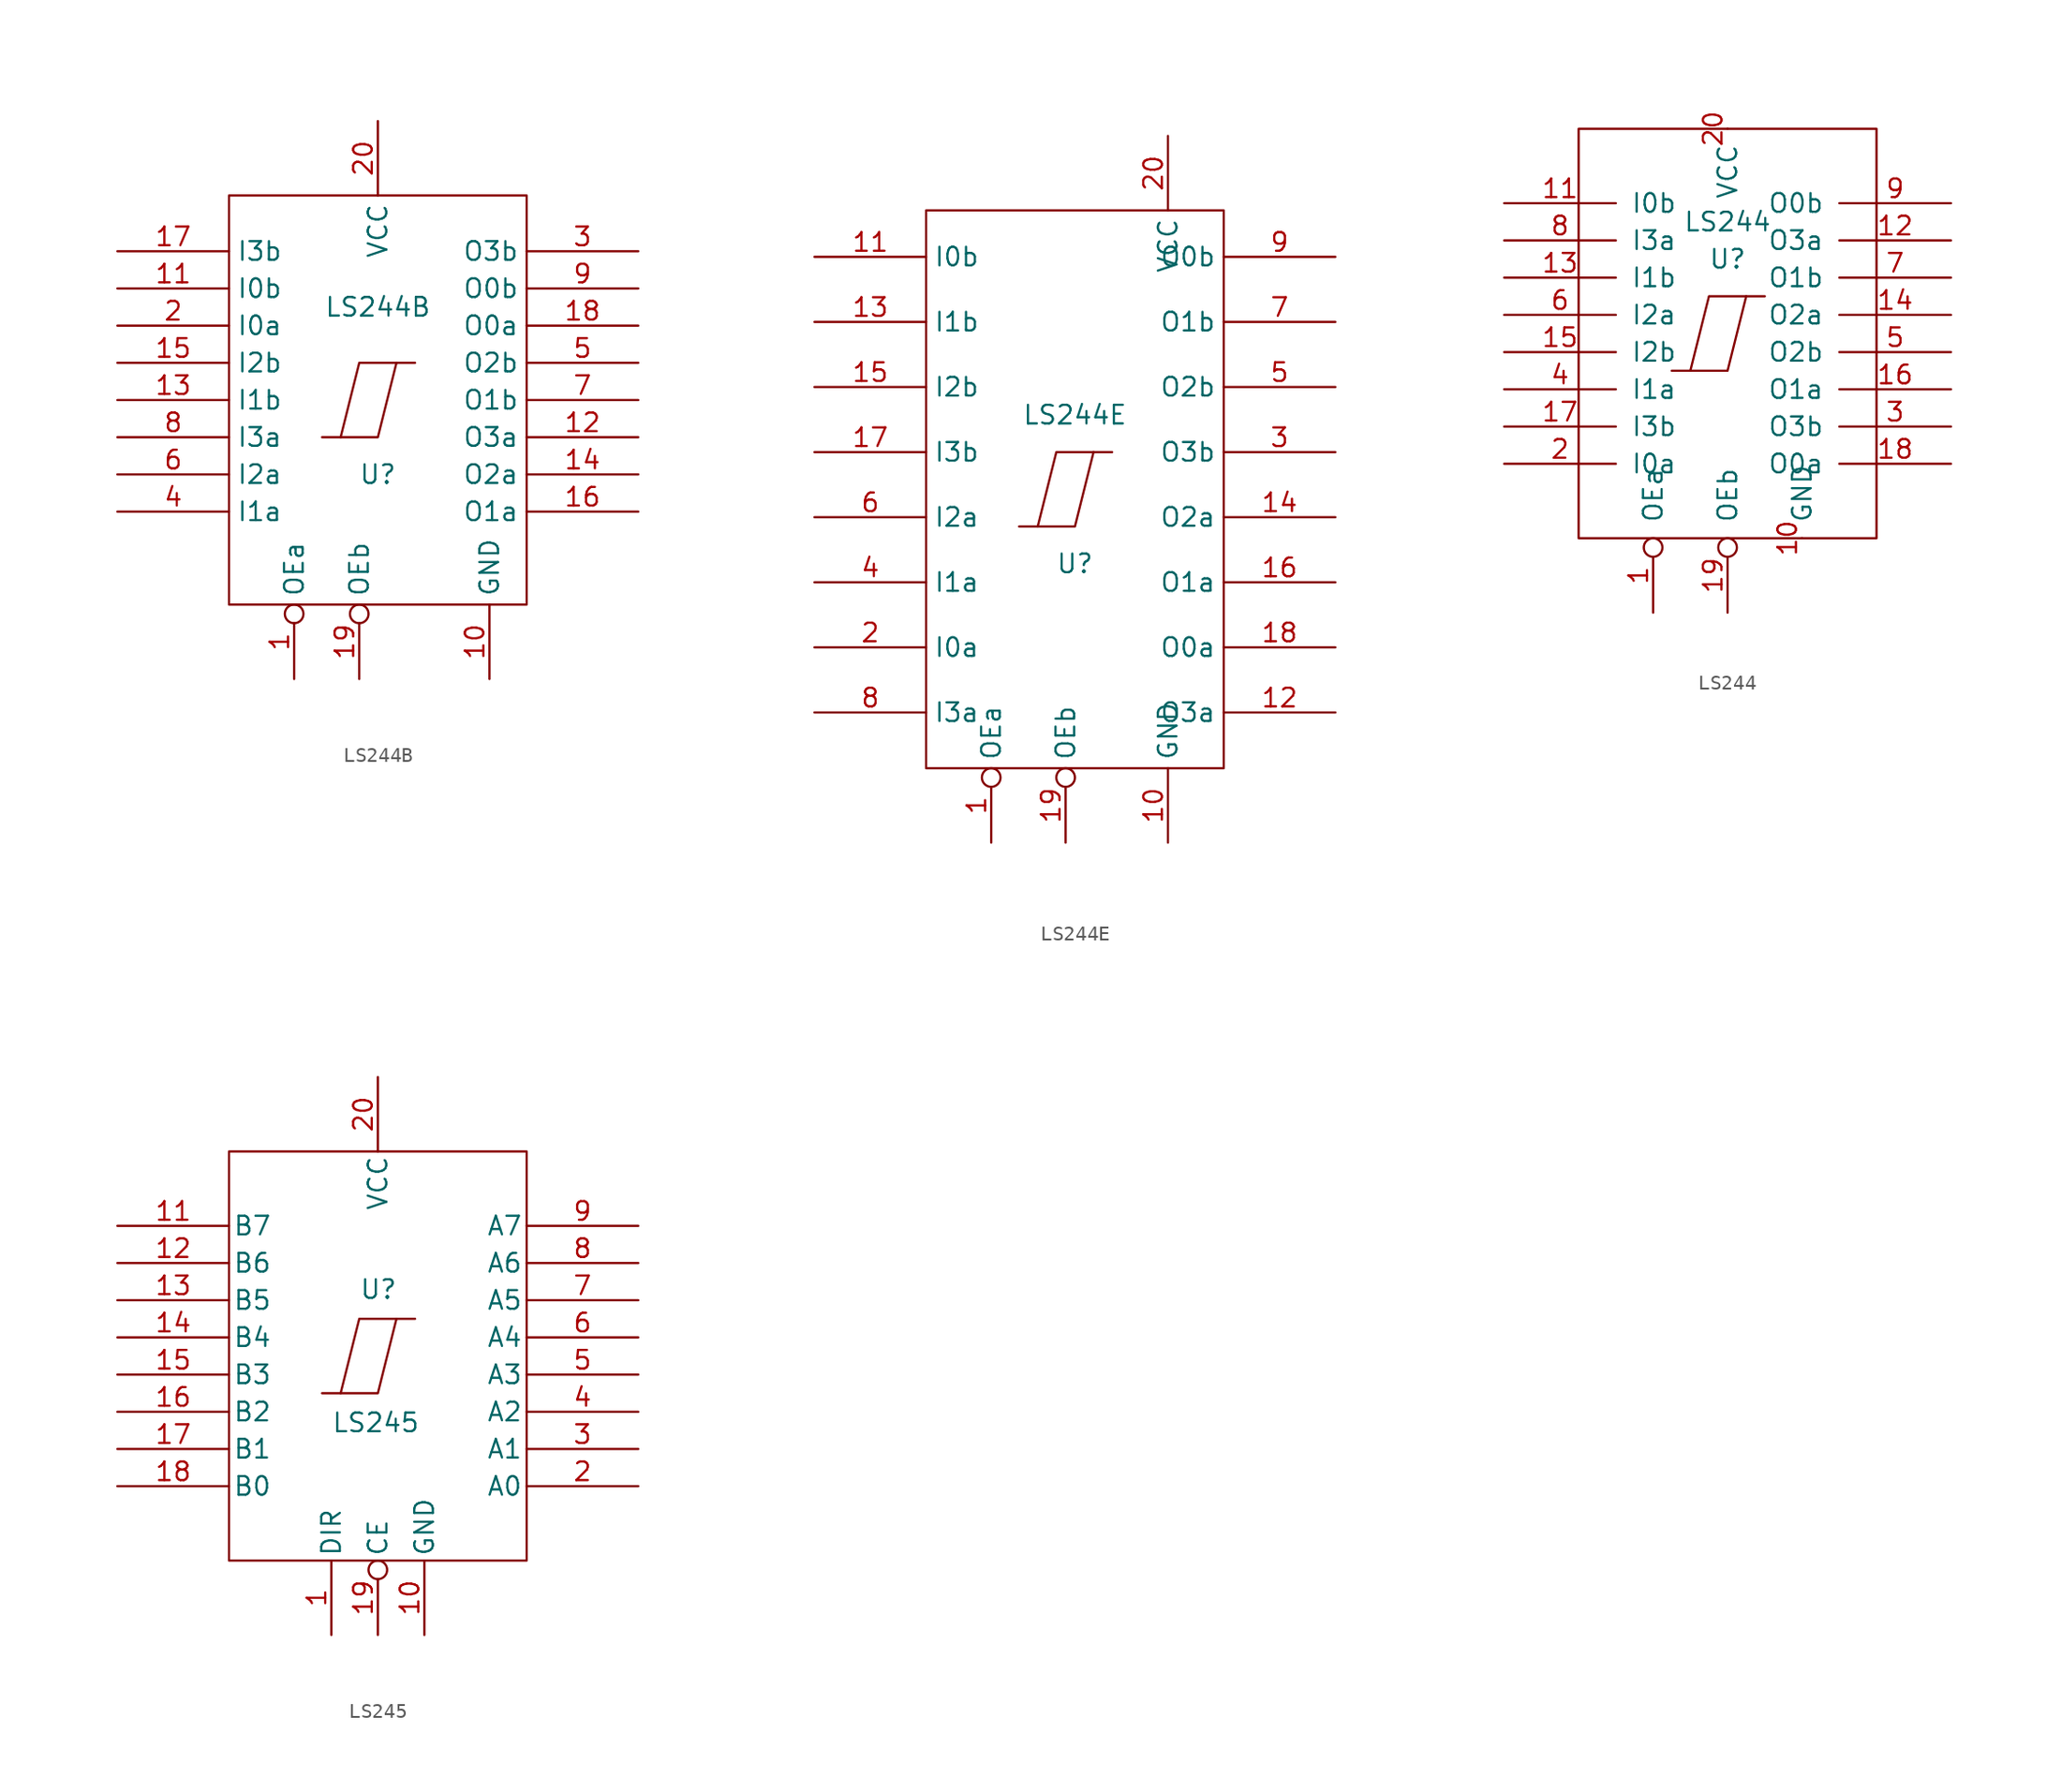
<source format=kicad_sym>
(kicad_symbol_lib
  (version 20211014)
  (generator kicad_symbol_editor)
  (symbol "LS244B"
    (property "Reference" "U"
      (at 0 -5.08 0)
      (effects (font (size 1.27 1.27))))
    (property "Value" "LS244B"
      (at 0 6.35 0)
      (effects (font (size 1.27 1.27))))
    (symbol "LS244B_1_1"
      (rectangle (start -10.16 13.97) (end 10.16 -13.97) (stroke (width 0) (type default) (color 0 0 0 0)) (fill (type none)))
      (polyline (pts (xy 1.27 2.54) (xy 0 -2.54) (xy -2.54 -2.54)) (stroke (width 0) (type default) (color 0 0 0 0)) (fill (type none)))
      (polyline (pts (xy 2.54 2.54) (xy -1.27 2.54) (xy -2.54 -2.54) (xy -3.81 -2.54)) (stroke (width 0) (type default) (color 0 0 0 0)) (fill (type none)))
      (pin input inverted (at -5.715 -19.05 90) (length 5.08) (name "OEa" (effects (font (size 1.27 1.27)))) (number "1" (effects (font (size 1.27 1.27)))))
      (pin power_in line (at 7.62 -19.05 90) (length 5.08) (name "GND" (effects (font (size 1.27 1.27)))) (number "10" (effects (font (size 1.27 1.27)))))
      (pin input line (at -17.78 7.62 0) (length 7.62) (name "I0b" (effects (font (size 1.27 1.27)))) (number "11" (effects (font (size 1.27 1.27)))))
      (pin tri_state line (at 17.78 -2.54 180) (length 7.62) (name "O3a" (effects (font (size 1.27 1.27)))) (number "12" (effects (font (size 1.27 1.27)))))
      (pin input line (at -17.78 0 0) (length 7.62) (name "I1b" (effects (font (size 1.27 1.27)))) (number "13" (effects (font (size 1.27 1.27)))))
      (pin tri_state line (at 17.78 -5.08 180) (length 7.62) (name "O2a" (effects (font (size 1.27 1.27)))) (number "14" (effects (font (size 1.27 1.27)))))
      (pin input line (at -17.78 2.54 0) (length 7.62) (name "I2b" (effects (font (size 1.27 1.27)))) (number "15" (effects (font (size 1.27 1.27)))))
      (pin tri_state line (at 17.78 -7.62 180) (length 7.62) (name "O1a" (effects (font (size 1.27 1.27)))) (number "16" (effects (font (size 1.27 1.27)))))
      (pin input line (at -17.78 10.16 0) (length 7.62) (name "I3b" (effects (font (size 1.27 1.27)))) (number "17" (effects (font (size 1.27 1.27)))))
      (pin tri_state line (at 17.78 5.08 180) (length 7.62) (name "O0a" (effects (font (size 1.27 1.27)))) (number "18" (effects (font (size 1.27 1.27)))))
      (pin input inverted (at -1.27 -19.05 90) (length 5.08) (name "OEb" (effects (font (size 1.27 1.27)))) (number "19" (effects (font (size 1.27 1.27)))))
      (pin input line (at -17.78 5.08 0) (length 7.62) (name "I0a" (effects (font (size 1.27 1.27)))) (number "2" (effects (font (size 1.27 1.27)))))
      (pin power_in line (at 0 19.05 270) (length 5.08) (name "VCC" (effects (font (size 1.27 1.27)))) (number "20" (effects (font (size 1.27 1.27)))))
      (pin tri_state line (at 17.78 10.16 180) (length 7.62) (name "O3b" (effects (font (size 1.27 1.27)))) (number "3" (effects (font (size 1.27 1.27)))))
      (pin input line (at -17.78 -7.62 0) (length 7.62) (name "I1a" (effects (font (size 1.27 1.27)))) (number "4" (effects (font (size 1.27 1.27)))))
      (pin tri_state line (at 17.78 2.54 180) (length 7.62) (name "O2b" (effects (font (size 1.27 1.27)))) (number "5" (effects (font (size 1.27 1.27)))))
      (pin input line (at -17.78 -5.08 0) (length 7.62) (name "I2a" (effects (font (size 1.27 1.27)))) (number "6" (effects (font (size 1.27 1.27)))))
      (pin tri_state line (at 17.78 0 180) (length 7.62) (name "O1b" (effects (font (size 1.27 1.27)))) (number "7" (effects (font (size 1.27 1.27)))))
      (pin input line (at -17.78 -2.54 0) (length 7.62) (name "I3a" (effects (font (size 1.27 1.27)))) (number "8" (effects (font (size 1.27 1.27)))))
      (pin tri_state line (at 17.78 7.62 180) (length 7.62) (name "O0b" (effects (font (size 1.27 1.27)))) (number "9" (effects (font (size 1.27 1.27)))))))
  (symbol "LS244E"
    (property "Reference" "U"
      (at 0 -5.08 0)
      (effects (font (size 1.27 1.27))))
    (property "Value" "LS244E"
      (at 0 5.08 0)
      (effects (font (size 1.27 1.27))))
    (symbol "LS244E_1_1"
      (rectangle (start -10.16 19.05) (end 10.16 -19.05) (stroke (width 0) (type default) (color 0 0 0 0)) (fill (type none)))
      (polyline (pts (xy 1.27 2.54) (xy 0 -2.54) (xy -2.54 -2.54)) (stroke (width 0) (type default) (color 0 0 0 0)) (fill (type none)))
      (polyline (pts (xy 2.54 2.54) (xy -1.27 2.54) (xy -2.54 -2.54) (xy -3.81 -2.54)) (stroke (width 0) (type default) (color 0 0 0 0)) (fill (type none)))
      (pin input inverted (at -5.715 -24.13 90) (length 5.08) (name "OEa" (effects (font (size 1.27 1.27)))) (number "1" (effects (font (size 1.27 1.27)))))
      (pin power_in line (at 6.35 -24.13 90) (length 5.08) (name "GND" (effects (font (size 1.27 1.27)))) (number "10" (effects (font (size 1.27 1.27)))))
      (pin input line (at -17.78 15.875 0) (length 7.62) (name "I0b" (effects (font (size 1.27 1.27)))) (number "11" (effects (font (size 1.27 1.27)))))
      (pin tri_state line (at 17.78 -15.24 180) (length 7.62) (name "O3a" (effects (font (size 1.27 1.27)))) (number "12" (effects (font (size 1.27 1.27)))))
      (pin input line (at -17.78 11.43 0) (length 7.62) (name "I1b" (effects (font (size 1.27 1.27)))) (number "13" (effects (font (size 1.27 1.27)))))
      (pin tri_state line (at 17.78 -1.905 180) (length 7.62) (name "O2a" (effects (font (size 1.27 1.27)))) (number "14" (effects (font (size 1.27 1.27)))))
      (pin input line (at -17.78 6.985 0) (length 7.62) (name "I2b" (effects (font (size 1.27 1.27)))) (number "15" (effects (font (size 1.27 1.27)))))
      (pin tri_state line (at 17.78 -6.35 180) (length 7.62) (name "O1a" (effects (font (size 1.27 1.27)))) (number "16" (effects (font (size 1.27 1.27)))))
      (pin input line (at -17.78 2.54 0) (length 7.62) (name "I3b" (effects (font (size 1.27 1.27)))) (number "17" (effects (font (size 1.27 1.27)))))
      (pin tri_state line (at 17.78 -10.795 180) (length 7.62) (name "O0a" (effects (font (size 1.27 1.27)))) (number "18" (effects (font (size 1.27 1.27)))))
      (pin input inverted (at -0.635 -24.13 90) (length 5.08) (name "OEb" (effects (font (size 1.27 1.27)))) (number "19" (effects (font (size 1.27 1.27)))))
      (pin input line (at -17.78 -10.795 0) (length 7.62) (name "I0a" (effects (font (size 1.27 1.27)))) (number "2" (effects (font (size 1.27 1.27)))))
      (pin power_in line (at 6.35 24.13 270) (length 5.08) (name "VCC" (effects (font (size 1.27 1.27)))) (number "20" (effects (font (size 1.27 1.27)))))
      (pin tri_state line (at 17.78 2.54 180) (length 7.62) (name "O3b" (effects (font (size 1.27 1.27)))) (number "3" (effects (font (size 1.27 1.27)))))
      (pin input line (at -17.78 -6.35 0) (length 7.62) (name "I1a" (effects (font (size 1.27 1.27)))) (number "4" (effects (font (size 1.27 1.27)))))
      (pin tri_state line (at 17.78 6.985 180) (length 7.62) (name "O2b" (effects (font (size 1.27 1.27)))) (number "5" (effects (font (size 1.27 1.27)))))
      (pin input line (at -17.78 -1.905 0) (length 7.62) (name "I2a" (effects (font (size 1.27 1.27)))) (number "6" (effects (font (size 1.27 1.27)))))
      (pin tri_state line (at 17.78 11.43 180) (length 7.62) (name "O1b" (effects (font (size 1.27 1.27)))) (number "7" (effects (font (size 1.27 1.27)))))
      (pin input line (at -17.78 -15.24 0) (length 7.62) (name "I3a" (effects (font (size 1.27 1.27)))) (number "8" (effects (font (size 1.27 1.27)))))
      (pin tri_state line (at 17.78 15.875 180) (length 7.62) (name "O0b" (effects (font (size 1.27 1.27)))) (number "9" (effects (font (size 1.27 1.27)))))))
  (symbol "LS244"
    (pin_names
      (offset 1.016))
    (property "Reference" "U"
      (at 0 5.08 0)
      (effects (font (size 1.27 1.27))))
    (property "Value" "LS244"
      (at 0 7.62 0)
      (effects (font (size 1.27 1.27))))
    (symbol "LS244_1_1"
      (rectangle (start -10.16 13.97) (end 10.16 -13.97) (stroke (width 0) (type default) (color 0 0 0 0)) (fill (type none)))
      (polyline (pts (xy 1.27 2.54) (xy 0 -2.54) (xy -2.54 -2.54)) (stroke (width 0) (type default) (color 0 0 0 0)) (fill (type none)))
      (polyline (pts (xy 2.54 2.54) (xy -1.27 2.54) (xy -2.54 -2.54) (xy -3.81 -2.54)) (stroke (width 0) (type default) (color 0 0 0 0)) (fill (type none)))
      (pin input inverted (at -5.08 -19.05 90) (length 5.08) (name "OEa" (effects (font (size 1.27 1.27)))) (number "1" (effects (font (size 1.27 1.27)))))
      (pin power_in line (at 5.08 -13.97 90) (length 0) (name "GND" (effects (font (size 1.27 1.27)))) (number "10" (effects (font (size 1.27 1.27)))))
      (pin input line (at -15.24 8.89 0) (length 7.62) (name "I0b" (effects (font (size 1.27 1.27)))) (number "11" (effects (font (size 1.27 1.27)))))
      (pin tri_state line (at 15.24 6.35 180) (length 7.62) (name "O3a" (effects (font (size 1.27 1.27)))) (number "12" (effects (font (size 1.27 1.27)))))
      (pin input line (at -15.24 3.81 0) (length 7.62) (name "I1b" (effects (font (size 1.27 1.27)))) (number "13" (effects (font (size 1.27 1.27)))))
      (pin tri_state line (at 15.24 1.27 180) (length 7.62) (name "O2a" (effects (font (size 1.27 1.27)))) (number "14" (effects (font (size 1.27 1.27)))))
      (pin input line (at -15.24 -1.27 0) (length 7.62) (name "I2b" (effects (font (size 1.27 1.27)))) (number "15" (effects (font (size 1.27 1.27)))))
      (pin tri_state line (at 15.24 -3.81 180) (length 7.62) (name "O1a" (effects (font (size 1.27 1.27)))) (number "16" (effects (font (size 1.27 1.27)))))
      (pin input line (at -15.24 -6.35 0) (length 7.62) (name "I3b" (effects (font (size 1.27 1.27)))) (number "17" (effects (font (size 1.27 1.27)))))
      (pin tri_state line (at 15.24 -8.89 180) (length 7.62) (name "O0a" (effects (font (size 1.27 1.27)))) (number "18" (effects (font (size 1.27 1.27)))))
      (pin input inverted (at 0 -19.05 90) (length 5.08) (name "OEb" (effects (font (size 1.27 1.27)))) (number "19" (effects (font (size 1.27 1.27)))))
      (pin input line (at -15.24 -8.89 0) (length 7.62) (name "I0a" (effects (font (size 1.27 1.27)))) (number "2" (effects (font (size 1.27 1.27)))))
      (pin power_in line (at 0 13.97 270) (length 0) (name "VCC" (effects (font (size 1.27 1.27)))) (number "20" (effects (font (size 1.27 1.27)))))
      (pin tri_state line (at 15.24 -6.35 180) (length 7.62) (name "O3b" (effects (font (size 1.27 1.27)))) (number "3" (effects (font (size 1.27 1.27)))))
      (pin input line (at -15.24 -3.81 0) (length 7.62) (name "I1a" (effects (font (size 1.27 1.27)))) (number "4" (effects (font (size 1.27 1.27)))))
      (pin tri_state line (at 15.24 -1.27 180) (length 7.62) (name "O2b" (effects (font (size 1.27 1.27)))) (number "5" (effects (font (size 1.27 1.27)))))
      (pin input line (at -15.24 1.27 0) (length 7.62) (name "I2a" (effects (font (size 1.27 1.27)))) (number "6" (effects (font (size 1.27 1.27)))))
      (pin tri_state line (at 15.24 3.81 180) (length 7.62) (name "O1b" (effects (font (size 1.27 1.27)))) (number "7" (effects (font (size 1.27 1.27)))))
      (pin input line (at -15.24 6.35 0) (length 7.62) (name "I3a" (effects (font (size 1.27 1.27)))) (number "8" (effects (font (size 1.27 1.27)))))
      (pin tri_state line (at 15.24 8.89 180) (length 7.62) (name "O0b" (effects (font (size 1.27 1.27)))) (number "9" (effects (font (size 1.27 1.27)))))))
  (symbol "LS245"
    (pin_names
      (offset 0.254))
    (property "Reference" "U"
      (at -1.27 3.81 0)
      (effects (font (size 1.27 1.27)) (justify left bottom)))
    (property "Value" "LS245"
      (at -3.175 -3.81 0)
      (effects (font (size 1.27 1.27)) (justify left top)))
    (symbol "LS245_0_0"
      (pin power_in line (at 3.175 -19.05 90) (length 5.08) (name "GND" (effects (font (size 1.27 1.27)))) (number "10" (effects (font (size 1.27 1.27)))))
      (pin power_in line (at 0 19.05 270) (length 5.08) (name "VCC" (effects (font (size 1.27 1.27)))) (number "20" (effects (font (size 1.27 1.27))))))
    (symbol "LS245_0_1"
      (rectangle (start -10.16 13.97) (end 10.16 -13.97) (stroke (width 0) (type default) (color 0 0 0 0)) (fill (type none)))
      (polyline (pts (xy 1.27 2.54) (xy 0 -2.54) (xy -2.54 -2.54)) (stroke (width 0) (type default) (color 0 0 0 0)) (fill (type none)))
      (polyline (pts (xy 2.54 2.54) (xy -1.27 2.54) (xy -2.54 -2.54) (xy -3.81 -2.54)) (stroke (width 0) (type default) (color 0 0 0 0)) (fill (type none))))
    (symbol "LS245_1_1"
      (pin input line (at -3.175 -19.05 90) (length 5.08) (name "DIR" (effects (font (size 1.27 1.27)))) (number "1" (effects (font (size 1.27 1.27)))))
      (pin input line (at -17.78 8.89 0) (length 7.62) (name "B7" (effects (font (size 1.27 1.27)))) (number "11" (effects (font (size 1.27 1.27)))))
      (pin input line (at -17.78 6.35 0) (length 7.62) (name "B6" (effects (font (size 1.27 1.27)))) (number "12" (effects (font (size 1.27 1.27)))))
      (pin input line (at -17.78 3.81 0) (length 7.62) (name "B5" (effects (font (size 1.27 1.27)))) (number "13" (effects (font (size 1.27 1.27)))))
      (pin input line (at -17.78 1.27 0) (length 7.62) (name "B4" (effects (font (size 1.27 1.27)))) (number "14" (effects (font (size 1.27 1.27)))))
      (pin input line (at -17.78 -1.27 0) (length 7.62) (name "B3" (effects (font (size 1.27 1.27)))) (number "15" (effects (font (size 1.27 1.27)))))
      (pin input line (at -17.78 -3.81 0) (length 7.62) (name "B2" (effects (font (size 1.27 1.27)))) (number "16" (effects (font (size 1.27 1.27)))))
      (pin input line (at -17.78 -6.35 0) (length 7.62) (name "B1" (effects (font (size 1.27 1.27)))) (number "17" (effects (font (size 1.27 1.27)))))
      (pin input line (at -17.78 -8.89 0) (length 7.62) (name "B0" (effects (font (size 1.27 1.27)))) (number "18" (effects (font (size 1.27 1.27)))))
      (pin input inverted (at 0 -19.05 90) (length 5.08) (name "CE" (effects (font (size 1.27 1.27)))) (number "19" (effects (font (size 1.27 1.27)))))
      (pin bidirectional line (at 17.78 -8.89 180) (length 7.62) (name "A0" (effects (font (size 1.27 1.27)))) (number "2" (effects (font (size 1.27 1.27)))))
      (pin bidirectional line (at 17.78 -6.35 180) (length 7.62) (name "A1" (effects (font (size 1.27 1.27)))) (number "3" (effects (font (size 1.27 1.27)))))
      (pin bidirectional line (at 17.78 -3.81 180) (length 7.62) (name "A2" (effects (font (size 1.27 1.27)))) (number "4" (effects (font (size 1.27 1.27)))))
      (pin bidirectional line (at 17.78 -1.27 180) (length 7.62) (name "A3" (effects (font (size 1.27 1.27)))) (number "5" (effects (font (size 1.27 1.27)))))
      (pin bidirectional line (at 17.78 1.27 180) (length 7.62) (name "A4" (effects (font (size 1.27 1.27)))) (number "6" (effects (font (size 1.27 1.27)))))
      (pin bidirectional line (at 17.78 3.81 180) (length 7.62) (name "A5" (effects (font (size 1.27 1.27)))) (number "7" (effects (font (size 1.27 1.27)))))
      (pin bidirectional line (at 17.78 6.35 180) (length 7.62) (name "A6" (effects (font (size 1.27 1.27)))) (number "8" (effects (font (size 1.27 1.27)))))
      (pin bidirectional line (at 17.78 8.89 180) (length 7.62) (name "A7" (effects (font (size 1.27 1.27)))) (number "9" (effects (font (size 1.27 1.27))))))))
</source>
